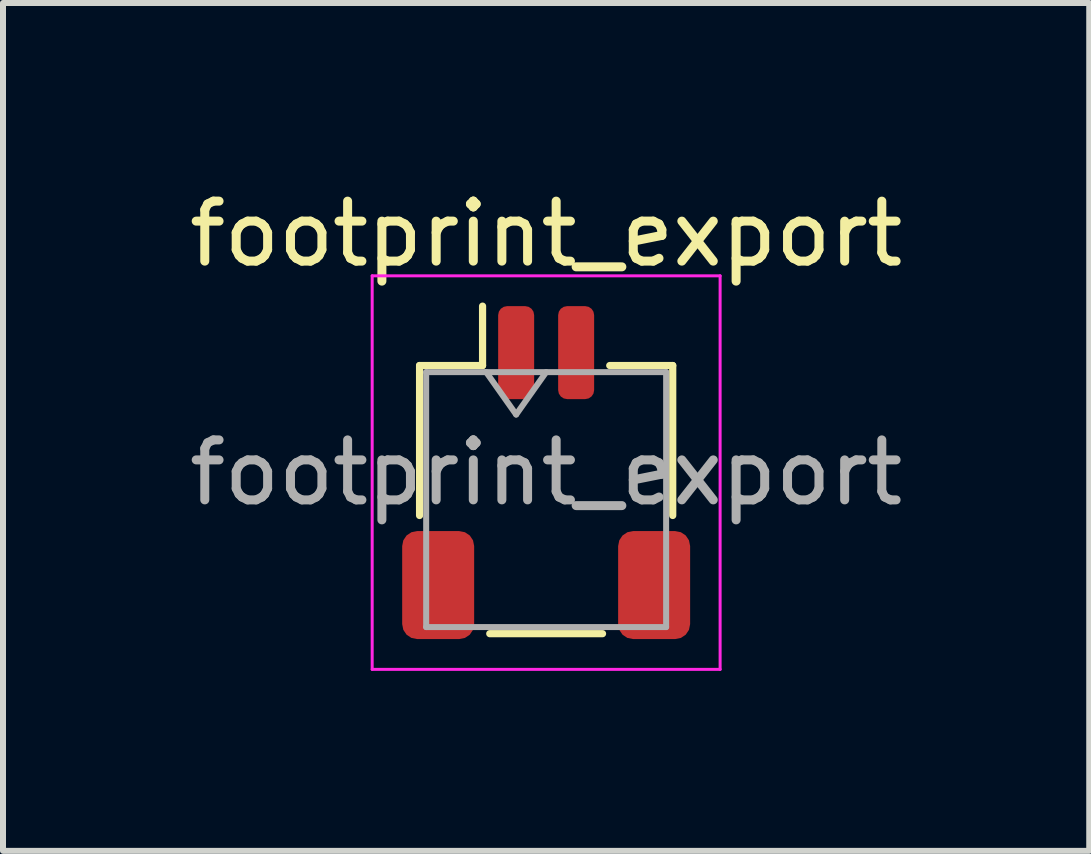
<source format=kicad_pcb>
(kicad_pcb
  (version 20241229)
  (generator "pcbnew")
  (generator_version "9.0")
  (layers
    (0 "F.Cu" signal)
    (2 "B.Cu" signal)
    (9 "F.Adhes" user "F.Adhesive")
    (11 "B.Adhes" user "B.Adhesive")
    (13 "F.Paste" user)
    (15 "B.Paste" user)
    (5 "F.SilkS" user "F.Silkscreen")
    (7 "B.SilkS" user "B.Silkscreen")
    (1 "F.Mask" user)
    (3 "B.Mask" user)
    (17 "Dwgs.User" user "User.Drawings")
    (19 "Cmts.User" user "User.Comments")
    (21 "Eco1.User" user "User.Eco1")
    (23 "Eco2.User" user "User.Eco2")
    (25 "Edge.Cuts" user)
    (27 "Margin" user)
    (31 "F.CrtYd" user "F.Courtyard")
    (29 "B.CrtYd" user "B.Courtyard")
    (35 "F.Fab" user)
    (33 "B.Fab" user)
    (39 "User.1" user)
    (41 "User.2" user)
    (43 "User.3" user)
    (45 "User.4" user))
  (footprint "footprint_export"
    (layer "F.Cu")
    (at 6.054 4.828)
    (property "Reference" "footprint_export" (at 0 -3.98 0) (layer "F.SilkS") (effects (font (size 1 1) (thickness 0.15))))
    (attr smd)
    (fp_line (start -2.11 -1.785) (end -1.06 -1.785) (stroke (width 0.12) (type solid)) (layer "F.SilkS"))
    (fp_line (start -2.11 0.715) (end -2.11 -1.785) (stroke (width 0.12) (type solid)) (layer "F.SilkS"))
    (fp_line (start -1.06 -1.785) (end -1.06 -2.775) (stroke (width 0.12) (type solid)) (layer "F.SilkS"))
    (fp_line (start -0.94 2.685) (end 0.94 2.685) (stroke (width 0.12) (type solid)) (layer "F.SilkS"))
    (fp_line (start 2.11 -1.785) (end 1.06 -1.785) (stroke (width 0.12) (type solid)) (layer "F.SilkS"))
    (fp_line (start 2.11 0.715) (end 2.11 -1.785) (stroke (width 0.12) (type solid)) (layer "F.SilkS"))
    (fp_line (start -2.9 -3.28) (end -2.9 3.28) (stroke (width 0.05) (type solid)) (layer "F.CrtYd"))
    (fp_line (start -2.9 3.28) (end 2.9 3.28) (stroke (width 0.05) (type solid)) (layer "F.CrtYd"))
    (fp_line (start 2.9 -3.28) (end -2.9 -3.28) (stroke (width 0.05) (type solid)) (layer "F.CrtYd"))
    (fp_line (start 2.9 3.28) (end 2.9 -3.28) (stroke (width 0.05) (type solid)) (layer "F.CrtYd"))
    (fp_line (start -2 -1.675) (end -2 2.575) (stroke (width 0.1) (type solid)) (layer "F.Fab"))
    (fp_line (start -2 -1.675) (end 2 -1.675) (stroke (width 0.1) (type solid)) (layer "F.Fab"))
    (fp_line (start -2 2.575) (end 2 2.575) (stroke (width 0.1) (type solid)) (layer "F.Fab"))
    (fp_line (start -1 -1.675) (end -0.5 -0.968) (stroke (width 0.1) (type solid)) (layer "F.Fab"))
    (fp_line (start -0.5 -0.968) (end 0 -1.675) (stroke (width 0.1) (type solid)) (layer "F.Fab"))
    (fp_line (start 2 -1.675) (end 2 2.575) (stroke (width 0.1) (type solid)) (layer "F.Fab"))
    (fp_text user "${REFERENCE}" (at 0 0 0) (layer "F.Fab") (effects (font (size 1 1) (thickness 0.15))))
    (pad "1" smd roundrect (at -0.5 -2) (size 0.6 1.55) (layers "F.Cu" "F.Mask" "F.Paste") (roundrect_rratio 0.25))
    (pad "2" smd roundrect (at 0.5 -2) (size 0.6 1.55) (layers "F.Cu" "F.Mask" "F.Paste") (roundrect_rratio 0.25))
    (pad "MP" smd roundrect (at -1.8 1.875) (size 1.2 1.8) (layers "F.Cu" "F.Mask" "F.Paste") (roundrect_rratio 0.208))
    (pad "MP" smd roundrect (at 1.8 1.875) (size 1.2 1.8) (layers "F.Cu" "F.Mask" "F.Paste") (roundrect_rratio 0.208)))
  (gr_rect
    (start -3 -3)
    (end 15.107 11.133)
    (stroke (width 0.1) (type default))
    (fill no)
    (layer "Edge.Cuts")))
</source>
